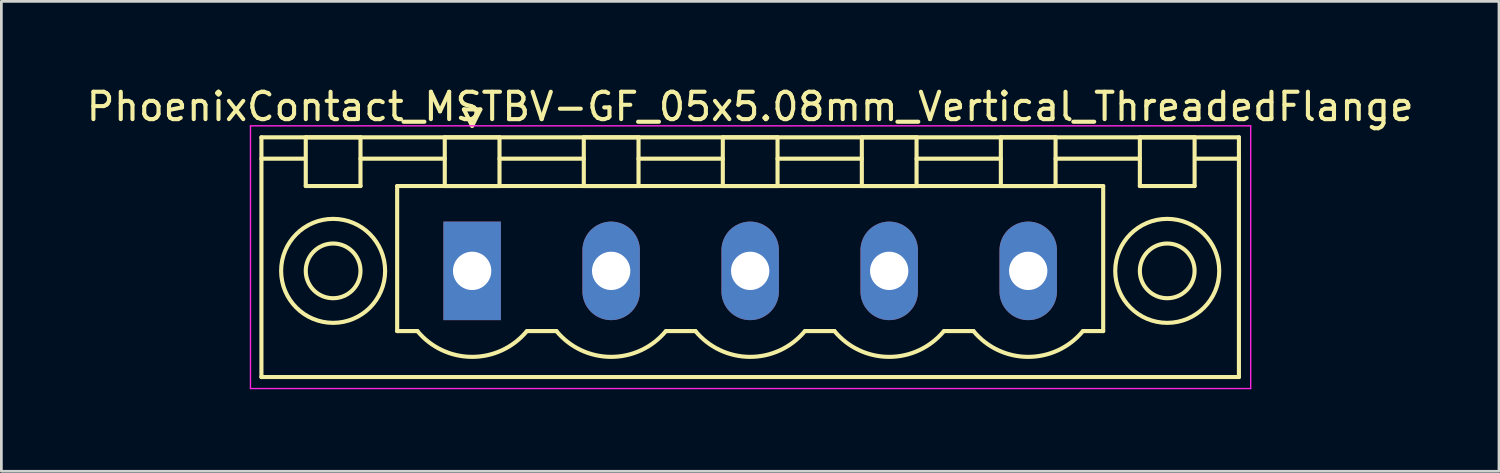
<source format=kicad_pcb>
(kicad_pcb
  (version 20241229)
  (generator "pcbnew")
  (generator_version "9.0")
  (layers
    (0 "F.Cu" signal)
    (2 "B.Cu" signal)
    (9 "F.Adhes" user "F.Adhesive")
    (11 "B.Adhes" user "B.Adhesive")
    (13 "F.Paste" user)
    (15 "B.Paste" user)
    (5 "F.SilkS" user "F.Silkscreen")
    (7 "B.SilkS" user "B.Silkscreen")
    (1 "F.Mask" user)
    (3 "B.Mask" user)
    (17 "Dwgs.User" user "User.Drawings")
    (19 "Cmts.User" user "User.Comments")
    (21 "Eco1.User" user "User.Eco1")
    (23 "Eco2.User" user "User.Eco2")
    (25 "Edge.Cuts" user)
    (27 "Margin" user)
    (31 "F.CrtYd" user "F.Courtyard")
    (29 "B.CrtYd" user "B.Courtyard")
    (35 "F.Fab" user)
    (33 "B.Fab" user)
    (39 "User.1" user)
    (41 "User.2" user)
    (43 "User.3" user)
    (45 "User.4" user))
  (footprint "PhoenixContact_MSTBV-GF_05x5.08mm_Vertical_ThreadedFlange"
    (layer "F.Cu")
    (at 14.203 6.848)
    (property "Reference" "PhoenixContact_MSTBV-GF_05x5.08mm_Vertical_ThreadedFlange" (at 10.16 -6 0) (layer "F.SilkS") (effects (font (size 1 1) (thickness 0.15))))
    (attr through_hole)
    (fp_line (start -7.7 -4.88) (end -7.7 3.88) (stroke (width 0.15) (type solid)) (layer "F.SilkS"))
    (fp_line (start -7.7 -4.1) (end -6.16 -4.1) (stroke (width 0.15) (type solid)) (layer "F.SilkS"))
    (fp_line (start -7.7 3.88) (end 28.02 3.88) (stroke (width 0.15) (type solid)) (layer "F.SilkS"))
    (fp_line (start -6.08 -4.88) (end -4.08 -4.88) (stroke (width 0.15) (type solid)) (layer "F.SilkS"))
    (fp_line (start -6.08 -3.1) (end -6.08 -4.88) (stroke (width 0.15) (type solid)) (layer "F.SilkS"))
    (fp_line (start -4.08 -4.88) (end -4.08 -3.1) (stroke (width 0.15) (type solid)) (layer "F.SilkS"))
    (fp_line (start -4.08 -4.1) (end -1 -4.1) (stroke (width 0.15) (type solid)) (layer "F.SilkS"))
    (fp_line (start -4.08 -3.1) (end -6.08 -3.1) (stroke (width 0.15) (type solid)) (layer "F.SilkS"))
    (fp_line (start -2.74 -3.1) (end 23.06 -3.1) (stroke (width 0.15) (type solid)) (layer "F.SilkS"))
    (fp_line (start -2.74 2.2) (end -2.74 -3.1) (stroke (width 0.15) (type solid)) (layer "F.SilkS"))
    (fp_line (start -2 2.2) (end -2.74 2.2) (stroke (width 0.15) (type solid)) (layer "F.SilkS"))
    (fp_line (start -1 -4.88) (end 1 -4.88) (stroke (width 0.15) (type solid)) (layer "F.SilkS"))
    (fp_line (start -1 -3.1) (end -1 -4.88) (stroke (width 0.15) (type solid)) (layer "F.SilkS"))
    (fp_line (start -0.3 -5.9) (end 0 -5.3) (stroke (width 0.15) (type solid)) (layer "F.SilkS"))
    (fp_line (start 0 -5.3) (end 0.3 -5.9) (stroke (width 0.15) (type solid)) (layer "F.SilkS"))
    (fp_line (start 0.3 -5.9) (end -0.3 -5.9) (stroke (width 0.15) (type solid)) (layer "F.SilkS"))
    (fp_line (start 1 -4.88) (end 1 -3.1) (stroke (width 0.15) (type solid)) (layer "F.SilkS"))
    (fp_line (start 1 -4.1) (end 4.08 -4.1) (stroke (width 0.15) (type solid)) (layer "F.SilkS"))
    (fp_line (start 1 -3.1) (end -1 -3.1) (stroke (width 0.15) (type solid)) (layer "F.SilkS"))
    (fp_line (start 2 2.2) (end 3.08 2.2) (stroke (width 0.15) (type solid)) (layer "F.SilkS"))
    (fp_line (start 4.08 -4.88) (end 6.08 -4.88) (stroke (width 0.15) (type solid)) (layer "F.SilkS"))
    (fp_line (start 4.08 -3.1) (end 4.08 -4.88) (stroke (width 0.15) (type solid)) (layer "F.SilkS"))
    (fp_line (start 6.08 -4.88) (end 6.08 -3.1) (stroke (width 0.15) (type solid)) (layer "F.SilkS"))
    (fp_line (start 6.08 -4.1) (end 9.16 -4.1) (stroke (width 0.15) (type solid)) (layer "F.SilkS"))
    (fp_line (start 6.08 -3.1) (end 4.08 -3.1) (stroke (width 0.15) (type solid)) (layer "F.SilkS"))
    (fp_line (start 7.08 2.2) (end 8.16 2.2) (stroke (width 0.15) (type solid)) (layer "F.SilkS"))
    (fp_line (start 9.16 -4.88) (end 11.16 -4.88) (stroke (width 0.15) (type solid)) (layer "F.SilkS"))
    (fp_line (start 9.16 -3.1) (end 9.16 -4.88) (stroke (width 0.15) (type solid)) (layer "F.SilkS"))
    (fp_line (start 11.16 -4.88) (end 11.16 -3.1) (stroke (width 0.15) (type solid)) (layer "F.SilkS"))
    (fp_line (start 11.16 -4.1) (end 14.24 -4.1) (stroke (width 0.15) (type solid)) (layer "F.SilkS"))
    (fp_line (start 11.16 -3.1) (end 9.16 -3.1) (stroke (width 0.15) (type solid)) (layer "F.SilkS"))
    (fp_line (start 12.16 2.2) (end 13.24 2.2) (stroke (width 0.15) (type solid)) (layer "F.SilkS"))
    (fp_line (start 14.24 -4.88) (end 16.24 -4.88) (stroke (width 0.15) (type solid)) (layer "F.SilkS"))
    (fp_line (start 14.24 -3.1) (end 14.24 -4.88) (stroke (width 0.15) (type solid)) (layer "F.SilkS"))
    (fp_line (start 16.24 -4.88) (end 16.24 -3.1) (stroke (width 0.15) (type solid)) (layer "F.SilkS"))
    (fp_line (start 16.24 -4.1) (end 19.32 -4.1) (stroke (width 0.15) (type solid)) (layer "F.SilkS"))
    (fp_line (start 16.24 -3.1) (end 14.24 -3.1) (stroke (width 0.15) (type solid)) (layer "F.SilkS"))
    (fp_line (start 17.24 2.2) (end 18.32 2.2) (stroke (width 0.15) (type solid)) (layer "F.SilkS"))
    (fp_line (start 19.32 -4.88) (end 21.32 -4.88) (stroke (width 0.15) (type solid)) (layer "F.SilkS"))
    (fp_line (start 19.32 -3.1) (end 19.32 -4.88) (stroke (width 0.15) (type solid)) (layer "F.SilkS"))
    (fp_line (start 21.32 -4.88) (end 21.32 -3.1) (stroke (width 0.15) (type solid)) (layer "F.SilkS"))
    (fp_line (start 21.32 -4.1) (end 24.4 -4.1) (stroke (width 0.15) (type solid)) (layer "F.SilkS"))
    (fp_line (start 21.32 -3.1) (end 19.32 -3.1) (stroke (width 0.15) (type solid)) (layer "F.SilkS"))
    (fp_line (start 23.06 -3.1) (end 23.06 2.2) (stroke (width 0.15) (type solid)) (layer "F.SilkS"))
    (fp_line (start 23.06 2.2) (end 22.32 2.2) (stroke (width 0.15) (type solid)) (layer "F.SilkS"))
    (fp_line (start 24.4 -4.88) (end 26.4 -4.88) (stroke (width 0.15) (type solid)) (layer "F.SilkS"))
    (fp_line (start 24.4 -3.1) (end 24.4 -4.88) (stroke (width 0.15) (type solid)) (layer "F.SilkS"))
    (fp_line (start 26.4 -4.88) (end 26.4 -3.1) (stroke (width 0.15) (type solid)) (layer "F.SilkS"))
    (fp_line (start 26.4 -3.1) (end 24.4 -3.1) (stroke (width 0.15) (type solid)) (layer "F.SilkS"))
    (fp_line (start 28.02 -4.88) (end -7.7 -4.88) (stroke (width 0.15) (type solid)) (layer "F.SilkS"))
    (fp_line (start 28.02 -4.1) (end 26.48 -4.1) (stroke (width 0.15) (type solid)) (layer "F.SilkS"))
    (fp_line (start 28.02 3.88) (end 28.02 -4.88) (stroke (width 0.15) (type solid)) (layer "F.SilkS"))
    (fp_arc (start 1.986842 2.215821) (mid -0.010289 3.142758) (end -2 2.2) (stroke (width 0.15) (type solid)) (layer "F.SilkS"))
    (fp_arc (start 7.066842 2.215821) (mid 5.069711 3.142758) (end 3.08 2.2) (stroke (width 0.15) (type solid)) (layer "F.SilkS"))
    (fp_arc (start 12.146842 2.215821) (mid 10.149711 3.142758) (end 8.16 2.2) (stroke (width 0.15) (type solid)) (layer "F.SilkS"))
    (fp_arc (start 17.226842 2.215821) (mid 15.229711 3.142758) (end 13.24 2.2) (stroke (width 0.15) (type solid)) (layer "F.SilkS"))
    (fp_arc (start 22.306842 2.215821) (mid 20.309711 3.142758) (end 18.32 2.2) (stroke (width 0.15) (type solid)) (layer "F.SilkS"))
    (fp_circle (center -5.08 0) (end -4.08 0) (stroke (width 0.15) (type solid)) (fill no) (layer "F.SilkS"))
    (fp_circle (center -5.08 0) (end -3.18 0) (stroke (width 0.15) (type solid)) (fill no) (layer "F.SilkS"))
    (fp_circle (center 25.4 0) (end 26.4 0) (stroke (width 0.15) (type solid)) (fill no) (layer "F.SilkS"))
    (fp_circle (center 25.4 0) (end 27.3 0) (stroke (width 0.15) (type solid)) (fill no) (layer "F.SilkS"))
    (fp_line (start -8.1 -5.3) (end -8.1 4.3) (stroke (width 0.05) (type solid)) (layer "F.CrtYd"))
    (fp_line (start -8.1 4.3) (end 28.45 4.3) (stroke (width 0.05) (type solid)) (layer "F.CrtYd"))
    (fp_line (start 28.45 -5.3) (end -8.1 -5.3) (stroke (width 0.05) (type solid)) (layer "F.CrtYd"))
    (fp_line (start 28.45 4.3) (end 28.45 -5.3) (stroke (width 0.05) (type solid)) (layer "F.CrtYd"))
    (pad "1" thru_hole rect (at 0 0) (size 2.1 3.6) (drill 1.4) (layers "*.Cu" "*.Mask"))
    (pad "2" thru_hole oval (at 5.08 0) (size 2.1 3.6) (drill 1.4) (layers "*.Cu" "*.Mask"))
    (pad "3" thru_hole oval (at 10.16 0) (size 2.1 3.6) (drill 1.4) (layers "*.Cu" "*.Mask"))
    (pad "4" thru_hole oval (at 15.24 0) (size 2.1 3.6) (drill 1.4) (layers "*.Cu" "*.Mask"))
    (pad "5" thru_hole oval (at 20.32 0) (size 2.1 3.6) (drill 1.4) (layers "*.Cu" "*.Mask")))
  (gr_rect
    (start -3 -3)
    (end 51.726 14.173)
    (stroke (width 0.1) (type default))
    (fill no)
    (layer "Edge.Cuts")))
</source>
